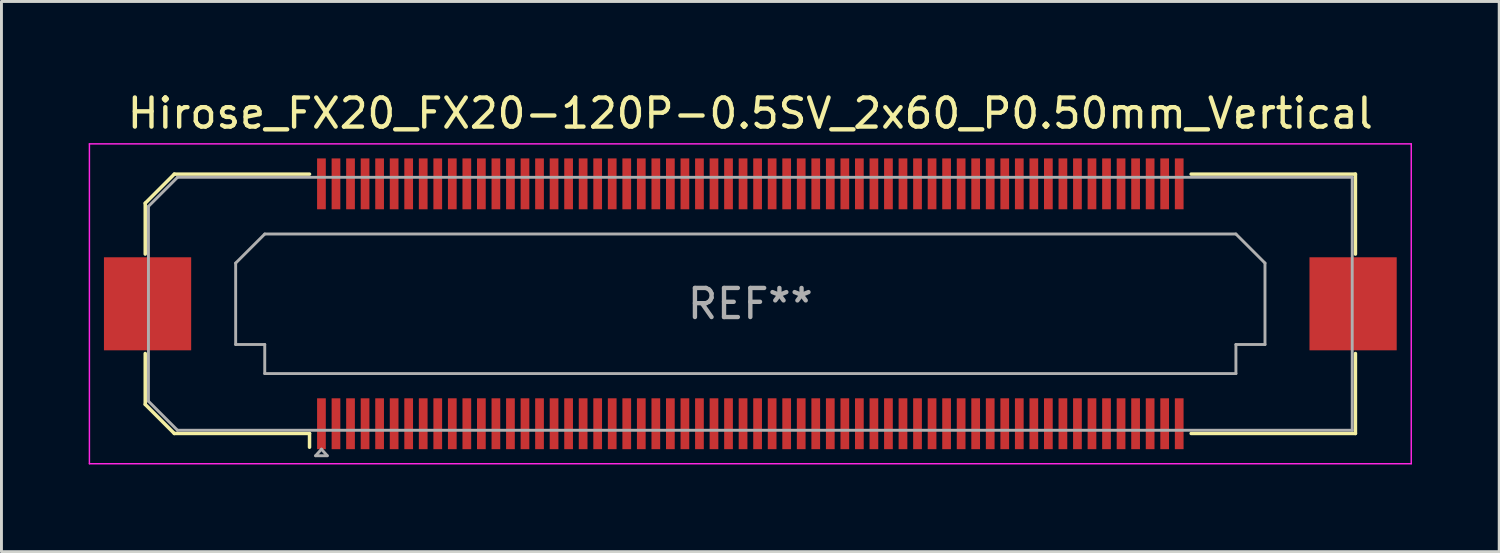
<source format=kicad_pcb>
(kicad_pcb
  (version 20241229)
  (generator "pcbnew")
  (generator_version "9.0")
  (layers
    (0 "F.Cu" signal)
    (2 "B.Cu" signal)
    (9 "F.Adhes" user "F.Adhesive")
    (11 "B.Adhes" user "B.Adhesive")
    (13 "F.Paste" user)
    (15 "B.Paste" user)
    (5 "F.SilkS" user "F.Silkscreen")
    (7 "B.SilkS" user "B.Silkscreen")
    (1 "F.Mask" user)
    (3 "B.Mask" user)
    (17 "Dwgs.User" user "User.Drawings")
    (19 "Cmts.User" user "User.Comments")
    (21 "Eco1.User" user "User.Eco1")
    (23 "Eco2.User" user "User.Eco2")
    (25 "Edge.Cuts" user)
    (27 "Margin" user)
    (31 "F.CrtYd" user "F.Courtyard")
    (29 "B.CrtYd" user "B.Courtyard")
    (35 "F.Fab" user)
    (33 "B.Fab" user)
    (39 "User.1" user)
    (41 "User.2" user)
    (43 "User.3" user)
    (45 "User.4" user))
  (footprint "Hirose_FX20_FX20-120P-0.5SV_2x60_P0.50mm_Vertical"
    (layer "F.Cu")
    (at 22.755 7.398)
    (property "Reference" "Hirose_FX20_FX20-120P-0.5SV_2x60_P0.50mm_Vertical" (at 0 -6.55 0) (layer "F.SilkS") (effects (font (size 1 1) (thickness 0.15))))
    (attr smd)
    (fp_line (start -20.81 -3.46) (end -19.81 -4.46) (stroke (width 0.12) (type solid)) (layer "F.SilkS"))
    (fp_line (start -20.81 -1.71) (end -20.81 -3.46) (stroke (width 0.12) (type solid)) (layer "F.SilkS"))
    (fp_line (start -20.81 3.46) (end -20.81 1.71) (stroke (width 0.12) (type solid)) (layer "F.SilkS"))
    (fp_line (start -19.81 -4.46) (end -15.16 -4.46) (stroke (width 0.12) (type solid)) (layer "F.SilkS"))
    (fp_line (start -19.81 4.46) (end -20.81 3.46) (stroke (width 0.12) (type solid)) (layer "F.SilkS"))
    (fp_line (start -15.16 4.46) (end -19.81 4.46) (stroke (width 0.12) (type solid)) (layer "F.SilkS"))
    (fp_line (start -15.16 4.933) (end -15.16 4.46) (stroke (width 0.12) (type solid)) (layer "F.SilkS"))
    (fp_line (start 15.16 4.46) (end 20.81 4.46) (stroke (width 0.12) (type solid)) (layer "F.SilkS"))
    (fp_line (start 20.81 -4.46) (end 15.16 -4.46) (stroke (width 0.12) (type solid)) (layer "F.SilkS"))
    (fp_line (start 20.81 -1.71) (end 20.81 -4.46) (stroke (width 0.12) (type solid)) (layer "F.SilkS"))
    (fp_line (start 20.81 4.46) (end 20.81 1.71) (stroke (width 0.12) (type solid)) (layer "F.SilkS"))
    (fp_line (start -22.73 -5.5) (end -22.73 5.5) (stroke (width 0.05) (type solid)) (layer "F.CrtYd"))
    (fp_line (start -22.73 5.5) (end 22.73 5.5) (stroke (width 0.05) (type solid)) (layer "F.CrtYd"))
    (fp_line (start 22.73 -5.5) (end -22.73 -5.5) (stroke (width 0.05) (type solid)) (layer "F.CrtYd"))
    (fp_line (start 22.73 5.5) (end 22.73 -5.5) (stroke (width 0.05) (type solid)) (layer "F.CrtYd"))
    (fp_line (start -20.7 -3.35) (end -19.7 -4.35) (stroke (width 0.1) (type solid)) (layer "F.Fab"))
    (fp_line (start -20.7 3.35) (end -20.7 -3.35) (stroke (width 0.1) (type solid)) (layer "F.Fab"))
    (fp_line (start -19.7 -4.35) (end 20.7 -4.35) (stroke (width 0.1) (type solid)) (layer "F.Fab"))
    (fp_line (start -19.7 4.35) (end -20.7 3.35) (stroke (width 0.1) (type solid)) (layer "F.Fab"))
    (fp_line (start -17.7 -1.4) (end -16.7 -2.4) (stroke (width 0.1) (type solid)) (layer "F.Fab"))
    (fp_line (start -17.7 1.4) (end -17.7 -1.4) (stroke (width 0.1) (type solid)) (layer "F.Fab"))
    (fp_line (start -16.7 -2.4) (end 16.7 -2.4) (stroke (width 0.1) (type solid)) (layer "F.Fab"))
    (fp_line (start -16.7 1.4) (end -17.7 1.4) (stroke (width 0.1) (type solid)) (layer "F.Fab"))
    (fp_line (start -16.7 2.4) (end -16.7 1.4) (stroke (width 0.1) (type solid)) (layer "F.Fab"))
    (fp_line (start -14.95 5.225) (end -14.75 5) (stroke (width 0.1) (type solid)) (layer "F.Fab"))
    (fp_line (start -14.75 5) (end -14.55 5.225) (stroke (width 0.1) (type solid)) (layer "F.Fab"))
    (fp_line (start -14.55 5.225) (end -14.95 5.225) (stroke (width 0.1) (type solid)) (layer "F.Fab"))
    (fp_line (start 16.7 -2.4) (end 17.7 -1.4) (stroke (width 0.1) (type solid)) (layer "F.Fab"))
    (fp_line (start 16.7 1.4) (end 16.7 2.4) (stroke (width 0.1) (type solid)) (layer "F.Fab"))
    (fp_line (start 16.7 2.4) (end -16.7 2.4) (stroke (width 0.1) (type solid)) (layer "F.Fab"))
    (fp_line (start 17.7 -1.4) (end 17.7 1.4) (stroke (width 0.1) (type solid)) (layer "F.Fab"))
    (fp_line (start 17.7 1.4) (end 16.7 1.4) (stroke (width 0.1) (type solid)) (layer "F.Fab"))
    (fp_line (start 20.7 -4.35) (end 20.7 4.35) (stroke (width 0.1) (type solid)) (layer "F.Fab"))
    (fp_line (start 20.7 4.35) (end -19.7 4.35) (stroke (width 0.1) (type solid)) (layer "F.Fab"))
    (fp_text user "REF**" (at 0 0 0) (layer "F.Fab") (effects (font (size 1 1) (thickness 0.15))))
    (pad "" smd rect (at -20.73 0) (size 2.98 3.18) (layers "F.Paste"))
    (pad "" smd rect (at -20.73 0) (size 3 3.2) (layers "F.Cu" "F.Mask"))
    (pad "" smd rect (at -14.75 -4.325) (size 0.28 1.35) (layers "F.Paste"))
    (pad "" smd rect (at -14.75 4.325) (size 0.28 1.35) (layers "F.Paste"))
    (pad "" smd rect (at -14.25 -4.325) (size 0.28 1.35) (layers "F.Paste"))
    (pad "" smd rect (at -14.25 4.325) (size 0.28 1.35) (layers "F.Paste"))
    (pad "" smd rect (at -13.75 -4.325) (size 0.28 1.35) (layers "F.Paste"))
    (pad "" smd rect (at -13.75 4.325) (size 0.28 1.35) (layers "F.Paste"))
    (pad "" smd rect (at -13.25 -4.325) (size 0.28 1.35) (layers "F.Paste"))
    (pad "" smd rect (at -13.25 4.325) (size 0.28 1.35) (layers "F.Paste"))
    (pad "" smd rect (at -12.75 -4.325) (size 0.28 1.35) (layers "F.Paste"))
    (pad "" smd rect (at -12.75 4.325) (size 0.28 1.35) (layers "F.Paste"))
    (pad "" smd rect (at -12.25 -4.325) (size 0.28 1.35) (layers "F.Paste"))
    (pad "" smd rect (at -12.25 4.325) (size 0.28 1.35) (layers "F.Paste"))
    (pad "" smd rect (at -11.75 -4.325) (size 0.28 1.35) (layers "F.Paste"))
    (pad "" smd rect (at -11.75 4.325) (size 0.28 1.35) (layers "F.Paste"))
    (pad "" smd rect (at -11.25 -4.325) (size 0.28 1.35) (layers "F.Paste"))
    (pad "" smd rect (at -11.25 4.325) (size 0.28 1.35) (layers "F.Paste"))
    (pad "" smd rect (at -10.75 -4.325) (size 0.28 1.35) (layers "F.Paste"))
    (pad "" smd rect (at -10.75 4.325) (size 0.28 1.35) (layers "F.Paste"))
    (pad "" smd rect (at -10.25 -4.325) (size 0.28 1.35) (layers "F.Paste"))
    (pad "" smd rect (at -10.25 4.325) (size 0.28 1.35) (layers "F.Paste"))
    (pad "" smd rect (at -9.75 -4.325) (size 0.28 1.35) (layers "F.Paste"))
    (pad "" smd rect (at -9.75 4.325) (size 0.28 1.35) (layers "F.Paste"))
    (pad "" smd rect (at -9.25 -4.325) (size 0.28 1.35) (layers "F.Paste"))
    (pad "" smd rect (at -9.25 4.325) (size 0.28 1.35) (layers "F.Paste"))
    (pad "" smd rect (at -8.75 -4.325) (size 0.28 1.35) (layers "F.Paste"))
    (pad "" smd rect (at -8.75 4.325) (size 0.28 1.35) (layers "F.Paste"))
    (pad "" smd rect (at -8.25 -4.325) (size 0.28 1.35) (layers "F.Paste"))
    (pad "" smd rect (at -8.25 4.325) (size 0.28 1.35) (layers "F.Paste"))
    (pad "" smd rect (at -7.75 -4.325) (size 0.28 1.35) (layers "F.Paste"))
    (pad "" smd rect (at -7.75 4.325) (size 0.28 1.35) (layers "F.Paste"))
    (pad "" smd rect (at -7.25 -4.325) (size 0.28 1.35) (layers "F.Paste"))
    (pad "" smd rect (at -7.25 4.325) (size 0.28 1.35) (layers "F.Paste"))
    (pad "" smd rect (at -6.75 -4.325) (size 0.28 1.35) (layers "F.Paste"))
    (pad "" smd rect (at -6.75 4.325) (size 0.28 1.35) (layers "F.Paste"))
    (pad "" smd rect (at -6.25 -4.325) (size 0.28 1.35) (layers "F.Paste"))
    (pad "" smd rect (at -6.25 4.325) (size 0.28 1.35) (layers "F.Paste"))
    (pad "" smd rect (at -5.75 -4.325) (size 0.28 1.35) (layers "F.Paste"))
    (pad "" smd rect (at -5.75 4.325) (size 0.28 1.35) (layers "F.Paste"))
    (pad "" smd rect (at -5.25 -4.325) (size 0.28 1.35) (layers "F.Paste"))
    (pad "" smd rect (at -5.25 4.325) (size 0.28 1.35) (layers "F.Paste"))
    (pad "" smd rect (at -4.75 -4.325) (size 0.28 1.35) (layers "F.Paste"))
    (pad "" smd rect (at -4.75 4.325) (size 0.28 1.35) (layers "F.Paste"))
    (pad "" smd rect (at -4.25 -4.325) (size 0.28 1.35) (layers "F.Paste"))
    (pad "" smd rect (at -4.25 4.325) (size 0.28 1.35) (layers "F.Paste"))
    (pad "" smd rect (at -3.75 -4.325) (size 0.28 1.35) (layers "F.Paste"))
    (pad "" smd rect (at -3.75 4.325) (size 0.28 1.35) (layers "F.Paste"))
    (pad "" smd rect (at -3.25 -4.325) (size 0.28 1.35) (layers "F.Paste"))
    (pad "" smd rect (at -3.25 4.325) (size 0.28 1.35) (layers "F.Paste"))
    (pad "" smd rect (at -2.75 -4.325) (size 0.28 1.35) (layers "F.Paste"))
    (pad "" smd rect (at -2.75 4.325) (size 0.28 1.35) (layers "F.Paste"))
    (pad "" smd rect (at -2.25 -4.325) (size 0.28 1.35) (layers "F.Paste"))
    (pad "" smd rect (at -2.25 4.325) (size 0.28 1.35) (layers "F.Paste"))
    (pad "" smd rect (at -1.75 -4.325) (size 0.28 1.35) (layers "F.Paste"))
    (pad "" smd rect (at -1.75 4.325) (size 0.28 1.35) (layers "F.Paste"))
    (pad "" smd rect (at -1.25 -4.325) (size 0.28 1.35) (layers "F.Paste"))
    (pad "" smd rect (at -1.25 4.325) (size 0.28 1.35) (layers "F.Paste"))
    (pad "" smd rect (at -0.75 -4.325) (size 0.28 1.35) (layers "F.Paste"))
    (pad "" smd rect (at -0.75 4.325) (size 0.28 1.35) (layers "F.Paste"))
    (pad "" smd rect (at -0.25 -4.325) (size 0.28 1.35) (layers "F.Paste"))
    (pad "" smd rect (at -0.25 4.325) (size 0.28 1.35) (layers "F.Paste"))
    (pad "" smd rect (at 0.25 -4.325) (size 0.28 1.35) (layers "F.Paste"))
    (pad "" smd rect (at 0.25 4.325) (size 0.28 1.35) (layers "F.Paste"))
    (pad "" smd rect (at 0.75 -4.325) (size 0.28 1.35) (layers "F.Paste"))
    (pad "" smd rect (at 0.75 4.325) (size 0.28 1.35) (layers "F.Paste"))
    (pad "" smd rect (at 1.25 -4.325) (size 0.28 1.35) (layers "F.Paste"))
    (pad "" smd rect (at 1.25 4.325) (size 0.28 1.35) (layers "F.Paste"))
    (pad "" smd rect (at 1.75 -4.325) (size 0.28 1.35) (layers "F.Paste"))
    (pad "" smd rect (at 1.75 4.325) (size 0.28 1.35) (layers "F.Paste"))
    (pad "" smd rect (at 2.25 -4.325) (size 0.28 1.35) (layers "F.Paste"))
    (pad "" smd rect (at 2.25 4.325) (size 0.28 1.35) (layers "F.Paste"))
    (pad "" smd rect (at 2.75 -4.325) (size 0.28 1.35) (layers "F.Paste"))
    (pad "" smd rect (at 2.75 4.325) (size 0.28 1.35) (layers "F.Paste"))
    (pad "" smd rect (at 3.25 -4.325) (size 0.28 1.35) (layers "F.Paste"))
    (pad "" smd rect (at 3.25 4.325) (size 0.28 1.35) (layers "F.Paste"))
    (pad "" smd rect (at 3.75 -4.325) (size 0.28 1.35) (layers "F.Paste"))
    (pad "" smd rect (at 3.75 4.325) (size 0.28 1.35) (layers "F.Paste"))
    (pad "" smd rect (at 4.25 -4.325) (size 0.28 1.35) (layers "F.Paste"))
    (pad "" smd rect (at 4.25 4.325) (size 0.28 1.35) (layers "F.Paste"))
    (pad "" smd rect (at 4.75 -4.325) (size 0.28 1.35) (layers "F.Paste"))
    (pad "" smd rect (at 4.75 4.325) (size 0.28 1.35) (layers "F.Paste"))
    (pad "" smd rect (at 5.25 -4.325) (size 0.28 1.35) (layers "F.Paste"))
    (pad "" smd rect (at 5.25 4.325) (size 0.28 1.35) (layers "F.Paste"))
    (pad "" smd rect (at 5.75 -4.325) (size 0.28 1.35) (layers "F.Paste"))
    (pad "" smd rect (at 5.75 4.325) (size 0.28 1.35) (layers "F.Paste"))
    (pad "" smd rect (at 6.25 -4.325) (size 0.28 1.35) (layers "F.Paste"))
    (pad "" smd rect (at 6.25 4.325) (size 0.28 1.35) (layers "F.Paste"))
    (pad "" smd rect (at 6.75 -4.325) (size 0.28 1.35) (layers "F.Paste"))
    (pad "" smd rect (at 6.75 4.325) (size 0.28 1.35) (layers "F.Paste"))
    (pad "" smd rect (at 7.25 -4.325) (size 0.28 1.35) (layers "F.Paste"))
    (pad "" smd rect (at 7.25 4.325) (size 0.28 1.35) (layers "F.Paste"))
    (pad "" smd rect (at 7.75 -4.325) (size 0.28 1.35) (layers "F.Paste"))
    (pad "" smd rect (at 7.75 4.325) (size 0.28 1.35) (layers "F.Paste"))
    (pad "" smd rect (at 8.25 -4.325) (size 0.28 1.35) (layers "F.Paste"))
    (pad "" smd rect (at 8.25 4.325) (size 0.28 1.35) (layers "F.Paste"))
    (pad "" smd rect (at 8.75 -4.325) (size 0.28 1.35) (layers "F.Paste"))
    (pad "" smd rect (at 8.75 4.325) (size 0.28 1.35) (layers "F.Paste"))
    (pad "" smd rect (at 9.25 -4.325) (size 0.28 1.35) (layers "F.Paste"))
    (pad "" smd rect (at 9.25 4.325) (size 0.28 1.35) (layers "F.Paste"))
    (pad "" smd rect (at 9.75 -4.325) (size 0.28 1.35) (layers "F.Paste"))
    (pad "" smd rect (at 9.75 4.325) (size 0.28 1.35) (layers "F.Paste"))
    (pad "" smd rect (at 10.25 -4.325) (size 0.28 1.35) (layers "F.Paste"))
    (pad "" smd rect (at 10.25 4.325) (size 0.28 1.35) (layers "F.Paste"))
    (pad "" smd rect (at 10.75 -4.325) (size 0.28 1.35) (layers "F.Paste"))
    (pad "" smd rect (at 10.75 4.325) (size 0.28 1.35) (layers "F.Paste"))
    (pad "" smd rect (at 11.25 -4.325) (size 0.28 1.35) (layers "F.Paste"))
    (pad "" smd rect (at 11.25 4.325) (size 0.28 1.35) (layers "F.Paste"))
    (pad "" smd rect (at 11.75 -4.325) (size 0.28 1.35) (layers "F.Paste"))
    (pad "" smd rect (at 11.75 4.325) (size 0.28 1.35) (layers "F.Paste"))
    (pad "" smd rect (at 12.25 -4.325) (size 0.28 1.35) (layers "F.Paste"))
    (pad "" smd rect (at 12.25 4.325) (size 0.28 1.35) (layers "F.Paste"))
    (pad "" smd rect (at 12.75 -4.325) (size 0.28 1.35) (layers "F.Paste"))
    (pad "" smd rect (at 12.75 4.325) (size 0.28 1.35) (layers "F.Paste"))
    (pad "" smd rect (at 13.25 -4.325) (size 0.28 1.35) (layers "F.Paste"))
    (pad "" smd rect (at 13.25 4.325) (size 0.28 1.35) (layers "F.Paste"))
    (pad "" smd rect (at 13.75 -4.325) (size 0.28 1.35) (layers "F.Paste"))
    (pad "" smd rect (at 13.75 4.325) (size 0.28 1.35) (layers "F.Paste"))
    (pad "" smd rect (at 14.25 -4.325) (size 0.28 1.35) (layers "F.Paste"))
    (pad "" smd rect (at 14.25 4.325) (size 0.28 1.35) (layers "F.Paste"))
    (pad "" smd rect (at 14.75 -4.325) (size 0.28 1.35) (layers "F.Paste"))
    (pad "" smd rect (at 14.75 4.325) (size 0.28 1.35) (layers "F.Paste"))
    (pad "" smd rect (at 20.73 0) (size 2.98 3.18) (layers "F.Paste"))
    (pad "" smd rect (at 20.73 0) (size 3 3.2) (layers "F.Cu" "F.Mask"))
    (pad "1" smd rect (at -14.75 4.125) (size 0.3 1.75) (layers "F.Cu" "F.Mask"))
    (pad "2" smd rect (at -14.75 -4.125) (size 0.3 1.75) (layers "F.Cu" "F.Mask"))
    (pad "3" smd rect (at -14.25 4.125) (size 0.3 1.75) (layers "F.Cu" "F.Mask"))
    (pad "4" smd rect (at -14.25 -4.125) (size 0.3 1.75) (layers "F.Cu" "F.Mask"))
    (pad "5" smd rect (at -13.75 4.125) (size 0.3 1.75) (layers "F.Cu" "F.Mask"))
    (pad "6" smd rect (at -13.75 -4.125) (size 0.3 1.75) (layers "F.Cu" "F.Mask"))
    (pad "7" smd rect (at -13.25 4.125) (size 0.3 1.75) (layers "F.Cu" "F.Mask"))
    (pad "8" smd rect (at -13.25 -4.125) (size 0.3 1.75) (layers "F.Cu" "F.Mask"))
    (pad "9" smd rect (at -12.75 4.125) (size 0.3 1.75) (layers "F.Cu" "F.Mask"))
    (pad "10" smd rect (at -12.75 -4.125) (size 0.3 1.75) (layers "F.Cu" "F.Mask"))
    (pad "11" smd rect (at -12.25 4.125) (size 0.3 1.75) (layers "F.Cu" "F.Mask"))
    (pad "12" smd rect (at -12.25 -4.125) (size 0.3 1.75) (layers "F.Cu" "F.Mask"))
    (pad "13" smd rect (at -11.75 4.125) (size 0.3 1.75) (layers "F.Cu" "F.Mask"))
    (pad "14" smd rect (at -11.75 -4.125) (size 0.3 1.75) (layers "F.Cu" "F.Mask"))
    (pad "15" smd rect (at -11.25 4.125) (size 0.3 1.75) (layers "F.Cu" "F.Mask"))
    (pad "16" smd rect (at -11.25 -4.125) (size 0.3 1.75) (layers "F.Cu" "F.Mask"))
    (pad "17" smd rect (at -10.75 4.125) (size 0.3 1.75) (layers "F.Cu" "F.Mask"))
    (pad "18" smd rect (at -10.75 -4.125) (size 0.3 1.75) (layers "F.Cu" "F.Mask"))
    (pad "19" smd rect (at -10.25 4.125) (size 0.3 1.75) (layers "F.Cu" "F.Mask"))
    (pad "20" smd rect (at -10.25 -4.125) (size 0.3 1.75) (layers "F.Cu" "F.Mask"))
    (pad "21" smd rect (at -9.75 4.125) (size 0.3 1.75) (layers "F.Cu" "F.Mask"))
    (pad "22" smd rect (at -9.75 -4.125) (size 0.3 1.75) (layers "F.Cu" "F.Mask"))
    (pad "23" smd rect (at -9.25 4.125) (size 0.3 1.75) (layers "F.Cu" "F.Mask"))
    (pad "24" smd rect (at -9.25 -4.125) (size 0.3 1.75) (layers "F.Cu" "F.Mask"))
    (pad "25" smd rect (at -8.75 4.125) (size 0.3 1.75) (layers "F.Cu" "F.Mask"))
    (pad "26" smd rect (at -8.75 -4.125) (size 0.3 1.75) (layers "F.Cu" "F.Mask"))
    (pad "27" smd rect (at -8.25 4.125) (size 0.3 1.75) (layers "F.Cu" "F.Mask"))
    (pad "28" smd rect (at -8.25 -4.125) (size 0.3 1.75) (layers "F.Cu" "F.Mask"))
    (pad "29" smd rect (at -7.75 4.125) (size 0.3 1.75) (layers "F.Cu" "F.Mask"))
    (pad "30" smd rect (at -7.75 -4.125) (size 0.3 1.75) (layers "F.Cu" "F.Mask"))
    (pad "31" smd rect (at -7.25 4.125) (size 0.3 1.75) (layers "F.Cu" "F.Mask"))
    (pad "32" smd rect (at -7.25 -4.125) (size 0.3 1.75) (layers "F.Cu" "F.Mask"))
    (pad "33" smd rect (at -6.75 4.125) (size 0.3 1.75) (layers "F.Cu" "F.Mask"))
    (pad "34" smd rect (at -6.75 -4.125) (size 0.3 1.75) (layers "F.Cu" "F.Mask"))
    (pad "35" smd rect (at -6.25 4.125) (size 0.3 1.75) (layers "F.Cu" "F.Mask"))
    (pad "36" smd rect (at -6.25 -4.125) (size 0.3 1.75) (layers "F.Cu" "F.Mask"))
    (pad "37" smd rect (at -5.75 4.125) (size 0.3 1.75) (layers "F.Cu" "F.Mask"))
    (pad "38" smd rect (at -5.75 -4.125) (size 0.3 1.75) (layers "F.Cu" "F.Mask"))
    (pad "39" smd rect (at -5.25 4.125) (size 0.3 1.75) (layers "F.Cu" "F.Mask"))
    (pad "40" smd rect (at -5.25 -4.125) (size 0.3 1.75) (layers "F.Cu" "F.Mask"))
    (pad "41" smd rect (at -4.75 4.125) (size 0.3 1.75) (layers "F.Cu" "F.Mask"))
    (pad "42" smd rect (at -4.75 -4.125) (size 0.3 1.75) (layers "F.Cu" "F.Mask"))
    (pad "43" smd rect (at -4.25 4.125) (size 0.3 1.75) (layers "F.Cu" "F.Mask"))
    (pad "44" smd rect (at -4.25 -4.125) (size 0.3 1.75) (layers "F.Cu" "F.Mask"))
    (pad "45" smd rect (at -3.75 4.125) (size 0.3 1.75) (layers "F.Cu" "F.Mask"))
    (pad "46" smd rect (at -3.75 -4.125) (size 0.3 1.75) (layers "F.Cu" "F.Mask"))
    (pad "47" smd rect (at -3.25 4.125) (size 0.3 1.75) (layers "F.Cu" "F.Mask"))
    (pad "48" smd rect (at -3.25 -4.125) (size 0.3 1.75) (layers "F.Cu" "F.Mask"))
    (pad "49" smd rect (at -2.75 4.125) (size 0.3 1.75) (layers "F.Cu" "F.Mask"))
    (pad "50" smd rect (at -2.75 -4.125) (size 0.3 1.75) (layers "F.Cu" "F.Mask"))
    (pad "51" smd rect (at -2.25 4.125) (size 0.3 1.75) (layers "F.Cu" "F.Mask"))
    (pad "52" smd rect (at -2.25 -4.125) (size 0.3 1.75) (layers "F.Cu" "F.Mask"))
    (pad "53" smd rect (at -1.75 4.125) (size 0.3 1.75) (layers "F.Cu" "F.Mask"))
    (pad "54" smd rect (at -1.75 -4.125) (size 0.3 1.75) (layers "F.Cu" "F.Mask"))
    (pad "55" smd rect (at -1.25 4.125) (size 0.3 1.75) (layers "F.Cu" "F.Mask"))
    (pad "56" smd rect (at -1.25 -4.125) (size 0.3 1.75) (layers "F.Cu" "F.Mask"))
    (pad "57" smd rect (at -0.75 4.125) (size 0.3 1.75) (layers "F.Cu" "F.Mask"))
    (pad "58" smd rect (at -0.75 -4.125) (size 0.3 1.75) (layers "F.Cu" "F.Mask"))
    (pad "59" smd rect (at -0.25 4.125) (size 0.3 1.75) (layers "F.Cu" "F.Mask"))
    (pad "60" smd rect (at -0.25 -4.125) (size 0.3 1.75) (layers "F.Cu" "F.Mask"))
    (pad "61" smd rect (at 0.25 4.125) (size 0.3 1.75) (layers "F.Cu" "F.Mask"))
    (pad "62" smd rect (at 0.25 -4.125) (size 0.3 1.75) (layers "F.Cu" "F.Mask"))
    (pad "63" smd rect (at 0.75 4.125) (size 0.3 1.75) (layers "F.Cu" "F.Mask"))
    (pad "64" smd rect (at 0.75 -4.125) (size 0.3 1.75) (layers "F.Cu" "F.Mask"))
    (pad "65" smd rect (at 1.25 4.125) (size 0.3 1.75) (layers "F.Cu" "F.Mask"))
    (pad "66" smd rect (at 1.25 -4.125) (size 0.3 1.75) (layers "F.Cu" "F.Mask"))
    (pad "67" smd rect (at 1.75 4.125) (size 0.3 1.75) (layers "F.Cu" "F.Mask"))
    (pad "68" smd rect (at 1.75 -4.125) (size 0.3 1.75) (layers "F.Cu" "F.Mask"))
    (pad "69" smd rect (at 2.25 4.125) (size 0.3 1.75) (layers "F.Cu" "F.Mask"))
    (pad "70" smd rect (at 2.25 -4.125) (size 0.3 1.75) (layers "F.Cu" "F.Mask"))
    (pad "71" smd rect (at 2.75 4.125) (size 0.3 1.75) (layers "F.Cu" "F.Mask"))
    (pad "72" smd rect (at 2.75 -4.125) (size 0.3 1.75) (layers "F.Cu" "F.Mask"))
    (pad "73" smd rect (at 3.25 4.125) (size 0.3 1.75) (layers "F.Cu" "F.Mask"))
    (pad "74" smd rect (at 3.25 -4.125) (size 0.3 1.75) (layers "F.Cu" "F.Mask"))
    (pad "75" smd rect (at 3.75 4.125) (size 0.3 1.75) (layers "F.Cu" "F.Mask"))
    (pad "76" smd rect (at 3.75 -4.125) (size 0.3 1.75) (layers "F.Cu" "F.Mask"))
    (pad "77" smd rect (at 4.25 4.125) (size 0.3 1.75) (layers "F.Cu" "F.Mask"))
    (pad "78" smd rect (at 4.25 -4.125) (size 0.3 1.75) (layers "F.Cu" "F.Mask"))
    (pad "79" smd rect (at 4.75 4.125) (size 0.3 1.75) (layers "F.Cu" "F.Mask"))
    (pad "80" smd rect (at 4.75 -4.125) (size 0.3 1.75) (layers "F.Cu" "F.Mask"))
    (pad "81" smd rect (at 5.25 4.125) (size 0.3 1.75) (layers "F.Cu" "F.Mask"))
    (pad "82" smd rect (at 5.25 -4.125) (size 0.3 1.75) (layers "F.Cu" "F.Mask"))
    (pad "83" smd rect (at 5.75 4.125) (size 0.3 1.75) (layers "F.Cu" "F.Mask"))
    (pad "84" smd rect (at 5.75 -4.125) (size 0.3 1.75) (layers "F.Cu" "F.Mask"))
    (pad "85" smd rect (at 6.25 4.125) (size 0.3 1.75) (layers "F.Cu" "F.Mask"))
    (pad "86" smd rect (at 6.25 -4.125) (size 0.3 1.75) (layers "F.Cu" "F.Mask"))
    (pad "87" smd rect (at 6.75 4.125) (size 0.3 1.75) (layers "F.Cu" "F.Mask"))
    (pad "88" smd rect (at 6.75 -4.125) (size 0.3 1.75) (layers "F.Cu" "F.Mask"))
    (pad "89" smd rect (at 7.25 4.125) (size 0.3 1.75) (layers "F.Cu" "F.Mask"))
    (pad "90" smd rect (at 7.25 -4.125) (size 0.3 1.75) (layers "F.Cu" "F.Mask"))
    (pad "91" smd rect (at 7.75 4.125) (size 0.3 1.75) (layers "F.Cu" "F.Mask"))
    (pad "92" smd rect (at 7.75 -4.125) (size 0.3 1.75) (layers "F.Cu" "F.Mask"))
    (pad "93" smd rect (at 8.25 4.125) (size 0.3 1.75) (layers "F.Cu" "F.Mask"))
    (pad "94" smd rect (at 8.25 -4.125) (size 0.3 1.75) (layers "F.Cu" "F.Mask"))
    (pad "95" smd rect (at 8.75 4.125) (size 0.3 1.75) (layers "F.Cu" "F.Mask"))
    (pad "96" smd rect (at 8.75 -4.125) (size 0.3 1.75) (layers "F.Cu" "F.Mask"))
    (pad "97" smd rect (at 9.25 4.125) (size 0.3 1.75) (layers "F.Cu" "F.Mask"))
    (pad "98" smd rect (at 9.25 -4.125) (size 0.3 1.75) (layers "F.Cu" "F.Mask"))
    (pad "99" smd rect (at 9.75 4.125) (size 0.3 1.75) (layers "F.Cu" "F.Mask"))
    (pad "100" smd rect (at 9.75 -4.125) (size 0.3 1.75) (layers "F.Cu" "F.Mask"))
    (pad "101" smd rect (at 10.25 4.125) (size 0.3 1.75) (layers "F.Cu" "F.Mask"))
    (pad "102" smd rect (at 10.25 -4.125) (size 0.3 1.75) (layers "F.Cu" "F.Mask"))
    (pad "103" smd rect (at 10.75 4.125) (size 0.3 1.75) (layers "F.Cu" "F.Mask"))
    (pad "104" smd rect (at 10.75 -4.125) (size 0.3 1.75) (layers "F.Cu" "F.Mask"))
    (pad "105" smd rect (at 11.25 4.125) (size 0.3 1.75) (layers "F.Cu" "F.Mask"))
    (pad "106" smd rect (at 11.25 -4.125) (size 0.3 1.75) (layers "F.Cu" "F.Mask"))
    (pad "107" smd rect (at 11.75 4.125) (size 0.3 1.75) (layers "F.Cu" "F.Mask"))
    (pad "108" smd rect (at 11.75 -4.125) (size 0.3 1.75) (layers "F.Cu" "F.Mask"))
    (pad "109" smd rect (at 12.25 4.125) (size 0.3 1.75) (layers "F.Cu" "F.Mask"))
    (pad "110" smd rect (at 12.25 -4.125) (size 0.3 1.75) (layers "F.Cu" "F.Mask"))
    (pad "111" smd rect (at 12.75 4.125) (size 0.3 1.75) (layers "F.Cu" "F.Mask"))
    (pad "112" smd rect (at 12.75 -4.125) (size 0.3 1.75) (layers "F.Cu" "F.Mask"))
    (pad "113" smd rect (at 13.25 4.125) (size 0.3 1.75) (layers "F.Cu" "F.Mask"))
    (pad "114" smd rect (at 13.25 -4.125) (size 0.3 1.75) (layers "F.Cu" "F.Mask"))
    (pad "115" smd rect (at 13.75 4.125) (size 0.3 1.75) (layers "F.Cu" "F.Mask"))
    (pad "116" smd rect (at 13.75 -4.125) (size 0.3 1.75) (layers "F.Cu" "F.Mask"))
    (pad "117" smd rect (at 14.25 4.125) (size 0.3 1.75) (layers "F.Cu" "F.Mask"))
    (pad "118" smd rect (at 14.25 -4.125) (size 0.3 1.75) (layers "F.Cu" "F.Mask"))
    (pad "119" smd rect (at 14.75 4.125) (size 0.3 1.75) (layers "F.Cu" "F.Mask"))
    (pad "120" smd rect (at 14.75 -4.125) (size 0.3 1.75) (layers "F.Cu" "F.Mask")))
  (gr_rect
    (start -3 -3)
    (end 48.51 15.923)
    (stroke (width 0.1) (type default))
    (fill no)
    (layer "Edge.Cuts")))
</source>
